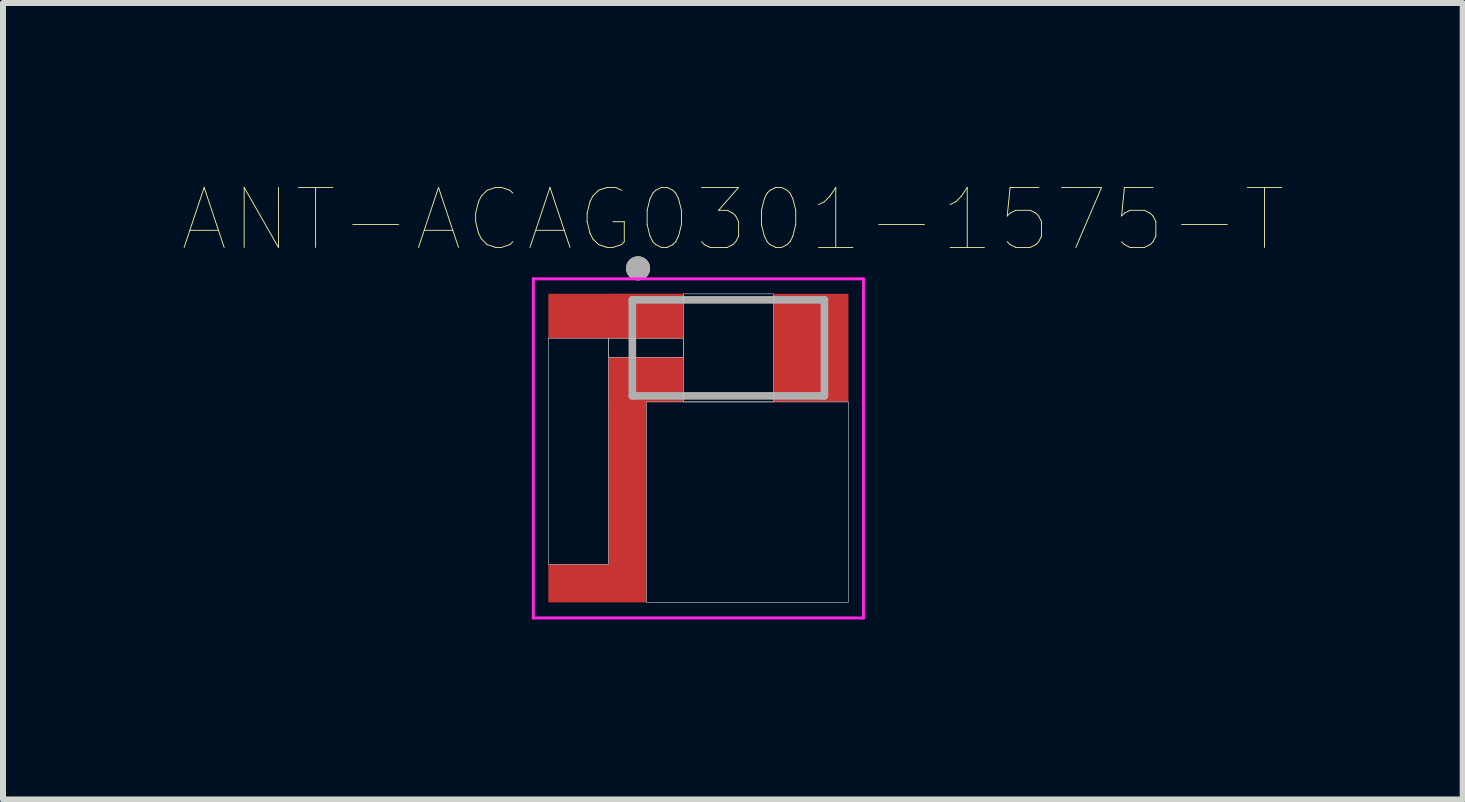
<source format=kicad_pcb>
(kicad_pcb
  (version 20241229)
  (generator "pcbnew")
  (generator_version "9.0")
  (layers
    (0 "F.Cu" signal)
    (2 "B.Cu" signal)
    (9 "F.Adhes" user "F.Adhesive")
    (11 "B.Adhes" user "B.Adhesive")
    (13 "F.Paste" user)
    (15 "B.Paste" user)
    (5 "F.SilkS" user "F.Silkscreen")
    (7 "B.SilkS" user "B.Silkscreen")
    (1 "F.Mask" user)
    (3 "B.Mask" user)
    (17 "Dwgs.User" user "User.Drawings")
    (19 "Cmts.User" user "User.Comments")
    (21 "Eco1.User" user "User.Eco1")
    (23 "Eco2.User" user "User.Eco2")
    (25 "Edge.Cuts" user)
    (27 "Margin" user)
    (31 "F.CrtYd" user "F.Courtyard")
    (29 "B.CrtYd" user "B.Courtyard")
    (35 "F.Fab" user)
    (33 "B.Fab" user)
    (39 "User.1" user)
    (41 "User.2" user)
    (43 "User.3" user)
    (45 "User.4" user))
  (footprint "ANT-ACAG0301-1575-T"
    (layer "F.Cu")
    (at 9.086 2.746)
    (property "Reference" "ANT-ACAG0301-1575-T" (at 0.075 -2.135 0) (layer "F.SilkS") (effects (font (size 1 1) (thickness 0.015))))
    (attr through_hole)
    (fp_poly (pts (xy -2.2 -0.9) (xy -0.75 -0.9) (xy -0.75 -0.175) (xy -0.75 -0.16) (xy -3 -0.16) (xy -3 -0.47) (xy -3 -0.9) (xy -2.195 -0.9)) (stroke (width 0.001) (type solid)) (fill yes) (layer "F.Cu"))
    (fp_poly (pts (xy -2.005 0.16) (xy -0.75 0.16) (xy -0.75 0.9) (xy -1.37 0.9) (xy -1.37 4.24) (xy -3 4.24) (xy -3 3.61) (xy -2 3.61) (xy -2 0.235) (xy -1.865 0.22)) (stroke (width 0.001) (type solid)) (fill yes) (layer "F.Cu"))
    (fp_circle (center -1.505 -1.325) (end -1.405 -1.325) (stroke (width 0.2) (type solid)) (fill no) (layer "F.SilkS"))
    (fp_poly (pts (xy -3 -0.16) (xy -2 -0.16) (xy -2 3.61) (xy -3 3.61)) (stroke (width 0.01) (type solid)) (fill no) (layer "Dwgs.User"))
    (fp_poly (pts (xy -2 -0.16) (xy -0.75 -0.16) (xy -0.75 0.16) (xy -2 0.16)) (stroke (width 0.01) (type solid)) (fill no) (layer "Dwgs.User"))
    (fp_poly (pts (xy -1.365 0.9) (xy 2 0.9) (xy 2 4.24) (xy -1.365 4.24)) (stroke (width 0.01) (type solid)) (fill no) (layer "Dwgs.User"))
    (fp_poly (pts (xy -0.75 -0.9) (xy 0.75 -0.9) (xy 0.75 0.9) (xy -0.75 0.9)) (stroke (width 0.01) (type solid)) (fill no) (layer "Dwgs.User"))
    (fp_line (start -3.25 -1.15) (end 2.25 -1.15) (stroke (width 0.05) (type solid)) (layer "F.CrtYd"))
    (fp_line (start -3.25 4.5) (end -3.25 -1.15) (stroke (width 0.05) (type solid)) (layer "F.CrtYd"))
    (fp_line (start 2.25 -1.15) (end 2.25 4.5) (stroke (width 0.05) (type solid)) (layer "F.CrtYd"))
    (fp_line (start 2.25 4.5) (end -3.25 4.5) (stroke (width 0.05) (type solid)) (layer "F.CrtYd"))
    (fp_line (start -1.6 -0.8) (end 1.6 -0.8) (stroke (width 0.127) (type solid)) (layer "F.Fab"))
    (fp_line (start -1.6 0.8) (end -1.6 -0.8) (stroke (width 0.127) (type solid)) (layer "F.Fab"))
    (fp_line (start 1.6 -0.8) (end 1.6 0.8) (stroke (width 0.127) (type solid)) (layer "F.Fab"))
    (fp_line (start 1.6 0.8) (end -1.6 0.8) (stroke (width 0.127) (type solid)) (layer "F.Fab"))
    (fp_circle (center -1.505 -1.325) (end -1.405 -1.325) (stroke (width 0.2) (type solid)) (fill no) (layer "F.Fab"))
    (pad "1" smd rect (at -1.375 -0.53) (size 1.25 0.74) (layers "F.Cu" "F.Mask" "F.Paste"))
    (pad "2" smd rect (at -1.375 0.53) (size 1.25 0.74) (layers "F.Cu" "F.Mask" "F.Paste"))
    (pad "3" smd rect (at 1.375 0) (size 1.25 1.8) (layers "F.Cu" "F.Mask" "F.Paste")))
  (gr_rect
    (start -3 -3)
    (end 21.321 10.271)
    (stroke (width 0.1) (type default))
    (fill no)
    (layer "Edge.Cuts")))
</source>
